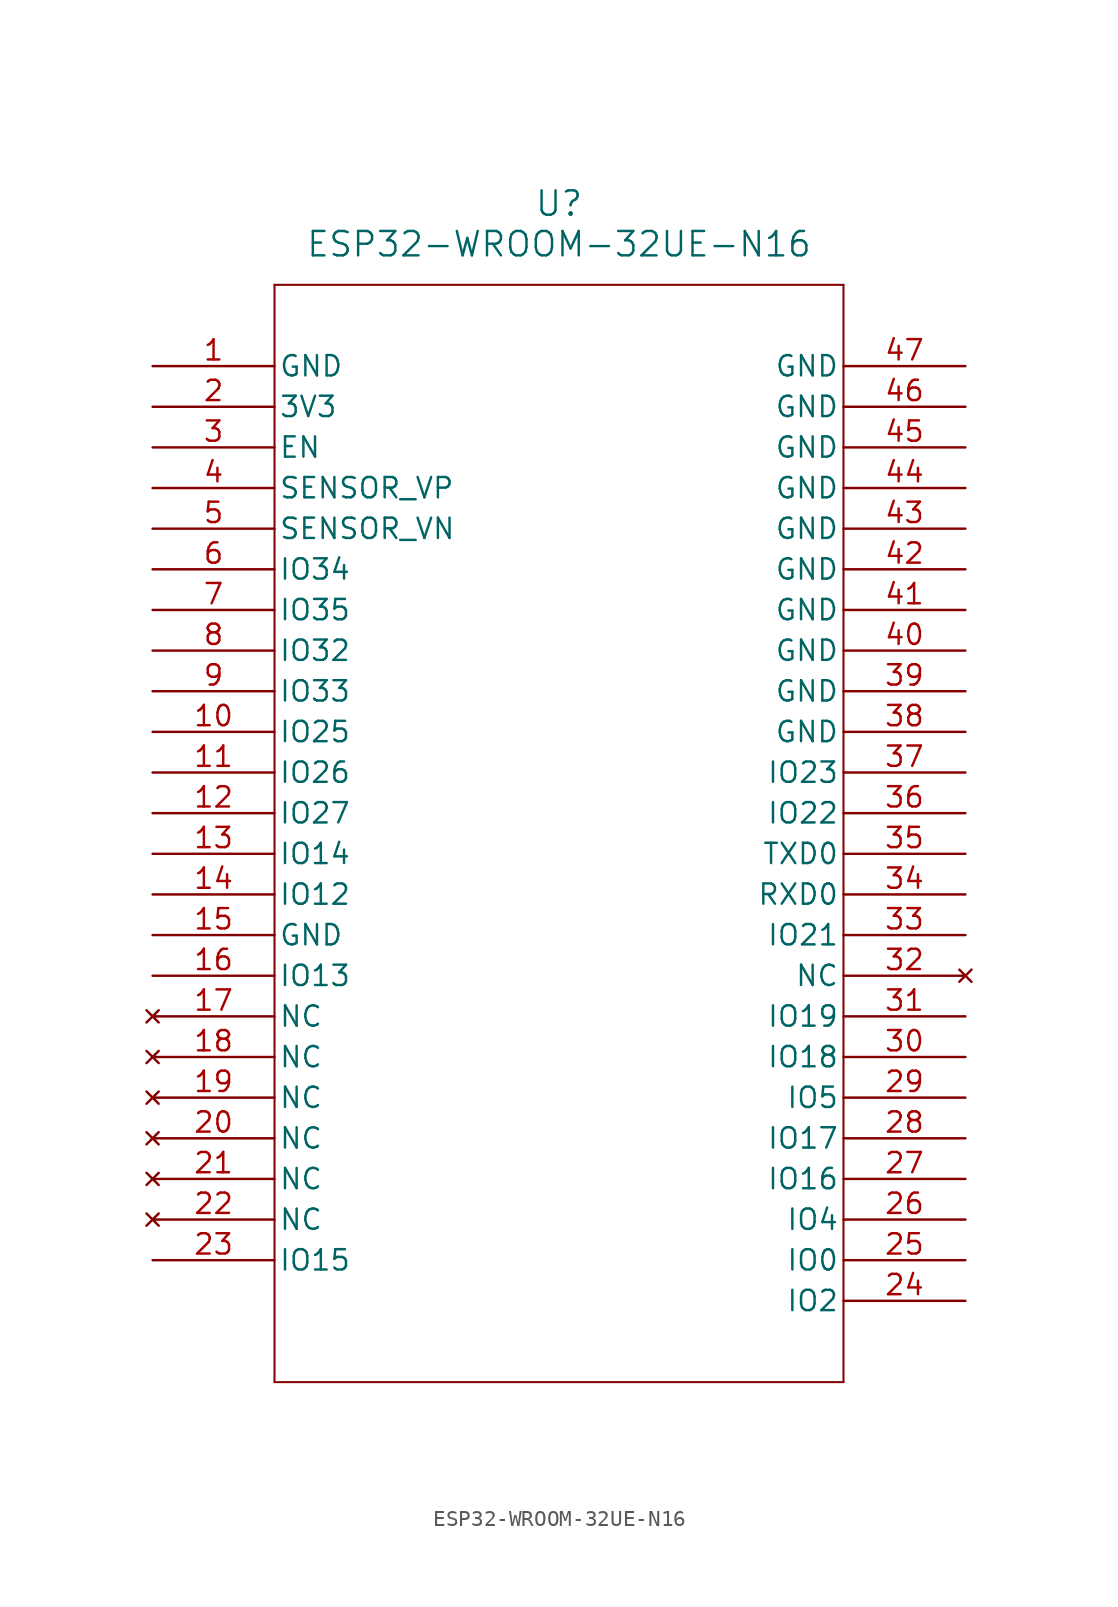
<source format=kicad_sym>
(kicad_symbol_lib
  (version 20241209)
  (generator "kicad_symbol_editor")
  (generator_version "9.0")
  (symbol "ESP32-WROOM-32UE-N16"
    (pin_names
      (offset 0.254))
    (property "Reference" "U"
      (at 25.4 10.16 0)
      (effects (font (size 1.524 1.524))))
    (property "Value" "ESP32-WROOM-32UE-N16"
      (at 25.4 7.62 0)
      (effects (font (size 1.524 1.524))))
    (property "ki_locked" ""
      (at 0 0 0)
      (effects (font (size 1.27 1.27))))
    (symbol "ESP32-WROOM-32UE-N16_0_1"
      (polyline (pts (xy 7.62 5.08) (xy 7.62 -63.5)) (stroke (width 0.127) (type default)) (fill (type none)))
      (polyline (pts (xy 7.62 -63.5) (xy 43.18 -63.5)) (stroke (width 0.127) (type default)) (fill (type none)))
      (polyline (pts (xy 43.18 5.08) (xy 7.62 5.08)) (stroke (width 0.127) (type default)) (fill (type none)))
      (polyline (pts (xy 43.18 -63.5) (xy 43.18 5.08)) (stroke (width 0.127) (type default)) (fill (type none)))
      (pin power_out line (at 0 0 0) (length 7.62) (name "GND" (effects (font (size 1.27 1.27)))) (number "1" (effects (font (size 1.27 1.27)))))
      (pin power_in line (at 0 -2.54 0) (length 7.62) (name "3V3" (effects (font (size 1.27 1.27)))) (number "2" (effects (font (size 1.27 1.27)))))
      (pin input line (at 0 -5.08 0) (length 7.62) (name "EN" (effects (font (size 1.27 1.27)))) (number "3" (effects (font (size 1.27 1.27)))))
      (pin input line (at 0 -7.62 0) (length 7.62) (name "SENSOR_VP" (effects (font (size 1.27 1.27)))) (number "4" (effects (font (size 1.27 1.27)))))
      (pin input line (at 0 -10.16 0) (length 7.62) (name "SENSOR_VN" (effects (font (size 1.27 1.27)))) (number "5" (effects (font (size 1.27 1.27)))))
      (pin bidirectional line (at 0 -12.7 0) (length 7.62) (name "IO34" (effects (font (size 1.27 1.27)))) (number "6" (effects (font (size 1.27 1.27)))))
      (pin bidirectional line (at 0 -15.24 0) (length 7.62) (name "IO35" (effects (font (size 1.27 1.27)))) (number "7" (effects (font (size 1.27 1.27)))))
      (pin bidirectional line (at 0 -17.78 0) (length 7.62) (name "IO32" (effects (font (size 1.27 1.27)))) (number "8" (effects (font (size 1.27 1.27)))))
      (pin bidirectional line (at 0 -20.32 0) (length 7.62) (name "IO33" (effects (font (size 1.27 1.27)))) (number "9" (effects (font (size 1.27 1.27)))))
      (pin bidirectional line (at 0 -22.86 0) (length 7.62) (name "IO25" (effects (font (size 1.27 1.27)))) (number "10" (effects (font (size 1.27 1.27)))))
      (pin bidirectional line (at 0 -25.4 0) (length 7.62) (name "IO26" (effects (font (size 1.27 1.27)))) (number "11" (effects (font (size 1.27 1.27)))))
      (pin bidirectional line (at 0 -27.94 0) (length 7.62) (name "IO27" (effects (font (size 1.27 1.27)))) (number "12" (effects (font (size 1.27 1.27)))))
      (pin bidirectional line (at 0 -30.48 0) (length 7.62) (name "IO14" (effects (font (size 1.27 1.27)))) (number "13" (effects (font (size 1.27 1.27)))))
      (pin bidirectional line (at 0 -33.02 0) (length 7.62) (name "IO12" (effects (font (size 1.27 1.27)))) (number "14" (effects (font (size 1.27 1.27)))))
      (pin power_out line (at 0 -35.56 0) (length 7.62) (name "GND" (effects (font (size 1.27 1.27)))) (number "15" (effects (font (size 1.27 1.27)))))
      (pin bidirectional line (at 0 -38.1 0) (length 7.62) (name "IO13" (effects (font (size 1.27 1.27)))) (number "16" (effects (font (size 1.27 1.27)))))
      (pin no_connect line (at 0 -40.64 0) (length 7.62) (name "NC" (effects (font (size 1.27 1.27)))) (number "17" (effects (font (size 1.27 1.27)))))
      (pin no_connect line (at 0 -43.18 0) (length 7.62) (name "NC" (effects (font (size 1.27 1.27)))) (number "18" (effects (font (size 1.27 1.27)))))
      (pin no_connect line (at 0 -45.72 0) (length 7.62) (name "NC" (effects (font (size 1.27 1.27)))) (number "19" (effects (font (size 1.27 1.27)))))
      (pin no_connect line (at 0 -48.26 0) (length 7.62) (name "NC" (effects (font (size 1.27 1.27)))) (number "20" (effects (font (size 1.27 1.27)))))
      (pin no_connect line (at 0 -50.8 0) (length 7.62) (name "NC" (effects (font (size 1.27 1.27)))) (number "21" (effects (font (size 1.27 1.27)))))
      (pin no_connect line (at 0 -53.34 0) (length 7.62) (name "NC" (effects (font (size 1.27 1.27)))) (number "22" (effects (font (size 1.27 1.27)))))
      (pin bidirectional line (at 0 -55.88 0) (length 7.62) (name "IO15" (effects (font (size 1.27 1.27)))) (number "23" (effects (font (size 1.27 1.27)))))
      (pin power_out line (at 50.8 0 180) (length 7.62) (name "GND" (effects (font (size 1.27 1.27)))) (number "47" (effects (font (size 1.27 1.27)))))
      (pin power_out line (at 50.8 -2.54 180) (length 7.62) (name "GND" (effects (font (size 1.27 1.27)))) (number "46" (effects (font (size 1.27 1.27)))))
      (pin power_out line (at 50.8 -5.08 180) (length 7.62) (name "GND" (effects (font (size 1.27 1.27)))) (number "45" (effects (font (size 1.27 1.27)))))
      (pin power_out line (at 50.8 -7.62 180) (length 7.62) (name "GND" (effects (font (size 1.27 1.27)))) (number "44" (effects (font (size 1.27 1.27)))))
      (pin power_out line (at 50.8 -10.16 180) (length 7.62) (name "GND" (effects (font (size 1.27 1.27)))) (number "43" (effects (font (size 1.27 1.27)))))
      (pin power_out line (at 50.8 -12.7 180) (length 7.62) (name "GND" (effects (font (size 1.27 1.27)))) (number "42" (effects (font (size 1.27 1.27)))))
      (pin power_out line (at 50.8 -15.24 180) (length 7.62) (name "GND" (effects (font (size 1.27 1.27)))) (number "41" (effects (font (size 1.27 1.27)))))
      (pin power_out line (at 50.8 -17.78 180) (length 7.62) (name "GND" (effects (font (size 1.27 1.27)))) (number "40" (effects (font (size 1.27 1.27)))))
      (pin power_out line (at 50.8 -20.32 180) (length 7.62) (name "GND" (effects (font (size 1.27 1.27)))) (number "39" (effects (font (size 1.27 1.27)))))
      (pin power_out line (at 50.8 -22.86 180) (length 7.62) (name "GND" (effects (font (size 1.27 1.27)))) (number "38" (effects (font (size 1.27 1.27)))))
      (pin bidirectional line (at 50.8 -25.4 180) (length 7.62) (name "IO23" (effects (font (size 1.27 1.27)))) (number "37" (effects (font (size 1.27 1.27)))))
      (pin bidirectional line (at 50.8 -27.94 180) (length 7.62) (name "IO22" (effects (font (size 1.27 1.27)))) (number "36" (effects (font (size 1.27 1.27)))))
      (pin bidirectional line (at 50.8 -30.48 180) (length 7.62) (name "TXD0" (effects (font (size 1.27 1.27)))) (number "35" (effects (font (size 1.27 1.27)))))
      (pin bidirectional line (at 50.8 -33.02 180) (length 7.62) (name "RXD0" (effects (font (size 1.27 1.27)))) (number "34" (effects (font (size 1.27 1.27)))))
      (pin bidirectional line (at 50.8 -35.56 180) (length 7.62) (name "IO21" (effects (font (size 1.27 1.27)))) (number "33" (effects (font (size 1.27 1.27)))))
      (pin no_connect line (at 50.8 -38.1 180) (length 7.62) (name "NC" (effects (font (size 1.27 1.27)))) (number "32" (effects (font (size 1.27 1.27)))))
      (pin bidirectional line (at 50.8 -40.64 180) (length 7.62) (name "IO19" (effects (font (size 1.27 1.27)))) (number "31" (effects (font (size 1.27 1.27)))))
      (pin bidirectional line (at 50.8 -43.18 180) (length 7.62) (name "IO18" (effects (font (size 1.27 1.27)))) (number "30" (effects (font (size 1.27 1.27)))))
      (pin bidirectional line (at 50.8 -45.72 180) (length 7.62) (name "IO5" (effects (font (size 1.27 1.27)))) (number "29" (effects (font (size 1.27 1.27)))))
      (pin bidirectional line (at 50.8 -48.26 180) (length 7.62) (name "IO17" (effects (font (size 1.27 1.27)))) (number "28" (effects (font (size 1.27 1.27)))))
      (pin bidirectional line (at 50.8 -53.34 180) (length 7.62) (name "IO4" (effects (font (size 1.27 1.27)))) (number "26" (effects (font (size 1.27 1.27)))))
      (pin bidirectional line (at 50.8 -55.88 180) (length 7.62) (name "IO0" (effects (font (size 1.27 1.27)))) (number "25" (effects (font (size 1.27 1.27)))))
      (pin bidirectional line (at 50.8 -58.42 180) (length 7.62) (name "IO2" (effects (font (size 1.27 1.27)))) (number "24" (effects (font (size 1.27 1.27))))))
    (symbol "ESP32-WROOM-32UE-N16_1_1"
      (pin bidirectional line (at 50.8 -50.8 180) (length 7.62) (name "IO16" (effects (font (size 1.27 1.27)))) (number "27" (effects (font (size 1.27 1.27))))))))
</source>
